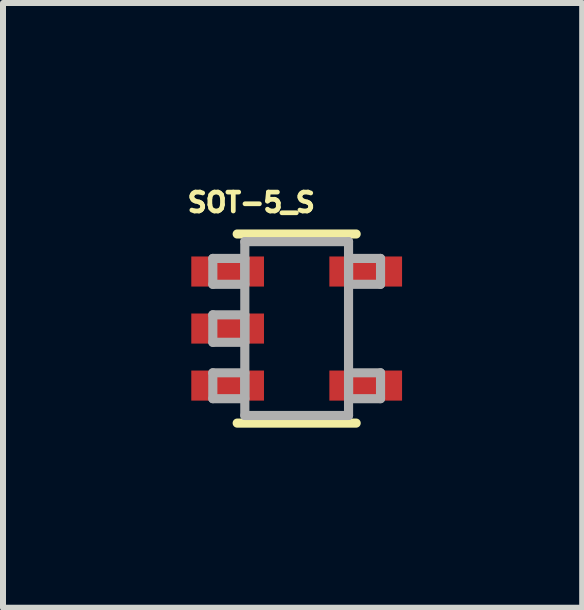
<source format=kicad_pcb>
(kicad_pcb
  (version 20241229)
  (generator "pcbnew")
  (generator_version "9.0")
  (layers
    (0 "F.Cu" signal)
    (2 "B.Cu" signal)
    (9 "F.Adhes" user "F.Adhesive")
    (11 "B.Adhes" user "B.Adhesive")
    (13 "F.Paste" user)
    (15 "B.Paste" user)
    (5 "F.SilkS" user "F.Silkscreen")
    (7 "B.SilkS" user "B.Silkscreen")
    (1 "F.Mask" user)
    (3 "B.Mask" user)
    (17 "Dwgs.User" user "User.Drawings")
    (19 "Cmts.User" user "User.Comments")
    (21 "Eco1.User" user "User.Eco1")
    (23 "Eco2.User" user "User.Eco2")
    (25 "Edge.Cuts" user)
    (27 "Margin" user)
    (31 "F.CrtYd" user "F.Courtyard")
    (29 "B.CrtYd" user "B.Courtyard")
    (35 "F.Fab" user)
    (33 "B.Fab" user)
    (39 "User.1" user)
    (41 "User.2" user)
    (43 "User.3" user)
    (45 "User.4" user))
  (footprint "SOT-5_S"
    (layer "F.Cu")
    (at 1.892 2.423)
    (property "Reference" "SOT-5_S" (at -0.756 -2.1 0) (layer "F.SilkS") (effects (font (size 0.315 0.315) (thickness 0.15))))
    (attr smd)
    (fp_line (start -0.991 1.575) (end 0.991 1.575) (stroke (width 0.152) (type solid)) (layer "F.SilkS"))
    (fp_line (start 0.991 -1.575) (end -0.991 -1.575) (stroke (width 0.152) (type solid)) (layer "F.SilkS"))
    (fp_line (start -1.397 -1.168) (end -1.397 -0.737) (stroke (width 0.152) (type solid)) (layer "F.Fab"))
    (fp_line (start -1.397 -0.737) (end -0.864 -0.737) (stroke (width 0.152) (type solid)) (layer "F.Fab"))
    (fp_line (start -1.397 -0.229) (end -1.397 0.229) (stroke (width 0.152) (type solid)) (layer "F.Fab"))
    (fp_line (start -1.397 0.229) (end -0.864 0.229) (stroke (width 0.152) (type solid)) (layer "F.Fab"))
    (fp_line (start -1.397 0.737) (end -1.397 1.168) (stroke (width 0.152) (type solid)) (layer "F.Fab"))
    (fp_line (start -1.397 1.168) (end -0.864 1.168) (stroke (width 0.152) (type solid)) (layer "F.Fab"))
    (fp_line (start -0.864 -1.448) (end -0.864 1.448) (stroke (width 0.152) (type solid)) (layer "F.Fab"))
    (fp_line (start -0.864 -1.168) (end -1.397 -1.168) (stroke (width 0.152) (type solid)) (layer "F.Fab"))
    (fp_line (start -0.864 -0.737) (end -0.864 -1.168) (stroke (width 0.152) (type solid)) (layer "F.Fab"))
    (fp_line (start -0.864 -0.229) (end -1.397 -0.229) (stroke (width 0.152) (type solid)) (layer "F.Fab"))
    (fp_line (start -0.864 0.229) (end -0.864 -0.229) (stroke (width 0.152) (type solid)) (layer "F.Fab"))
    (fp_line (start -0.864 0.737) (end -1.397 0.737) (stroke (width 0.152) (type solid)) (layer "F.Fab"))
    (fp_line (start -0.864 1.168) (end -0.864 0.737) (stroke (width 0.152) (type solid)) (layer "F.Fab"))
    (fp_line (start -0.864 1.448) (end 0.864 1.448) (stroke (width 0.152) (type solid)) (layer "F.Fab"))
    (fp_line (start 0.864 -1.448) (end -0.864 -1.448) (stroke (width 0.152) (type solid)) (layer "F.Fab"))
    (fp_line (start 0.864 -1.168) (end 0.864 -0.737) (stroke (width 0.152) (type solid)) (layer "F.Fab"))
    (fp_line (start 0.864 -0.737) (end 1.397 -0.737) (stroke (width 0.152) (type solid)) (layer "F.Fab"))
    (fp_line (start 0.864 0.737) (end 0.864 1.168) (stroke (width 0.152) (type solid)) (layer "F.Fab"))
    (fp_line (start 0.864 1.168) (end 1.397 1.168) (stroke (width 0.152) (type solid)) (layer "F.Fab"))
    (fp_line (start 0.864 1.448) (end 0.864 -1.448) (stroke (width 0.152) (type solid)) (layer "F.Fab"))
    (fp_line (start 1.397 -1.168) (end 0.864 -1.168) (stroke (width 0.152) (type solid)) (layer "F.Fab"))
    (fp_line (start 1.397 -0.737) (end 1.397 -1.168) (stroke (width 0.152) (type solid)) (layer "F.Fab"))
    (fp_line (start 1.397 0.737) (end 0.864 0.737) (stroke (width 0.152) (type solid)) (layer "F.Fab"))
    (fp_line (start 1.397 1.168) (end 1.397 0.737) (stroke (width 0.152) (type solid)) (layer "F.Fab"))
    (pad "1" smd rect (at -1.15 -0.95) (size 1.211 0.501) (layers "F.Cu" "F.Mask" "F.Paste"))
    (pad "2" smd rect (at -1.15 0) (size 1.211 0.501) (layers "F.Cu" "F.Mask" "F.Paste"))
    (pad "3" smd rect (at -1.15 0.95) (size 1.211 0.501) (layers "F.Cu" "F.Mask" "F.Paste"))
    (pad "4" smd rect (at 1.15 0.95) (size 1.211 0.501) (layers "F.Cu" "F.Mask" "F.Paste"))
    (pad "5" smd rect (at 1.15 -0.95) (size 1.211 0.501) (layers "F.Cu" "F.Mask" "F.Paste")))
  (gr_rect
    (start -3 -3)
    (end 6.648 7.074)
    (stroke (width 0.1) (type default))
    (fill no)
    (layer "Edge.Cuts")))
</source>
